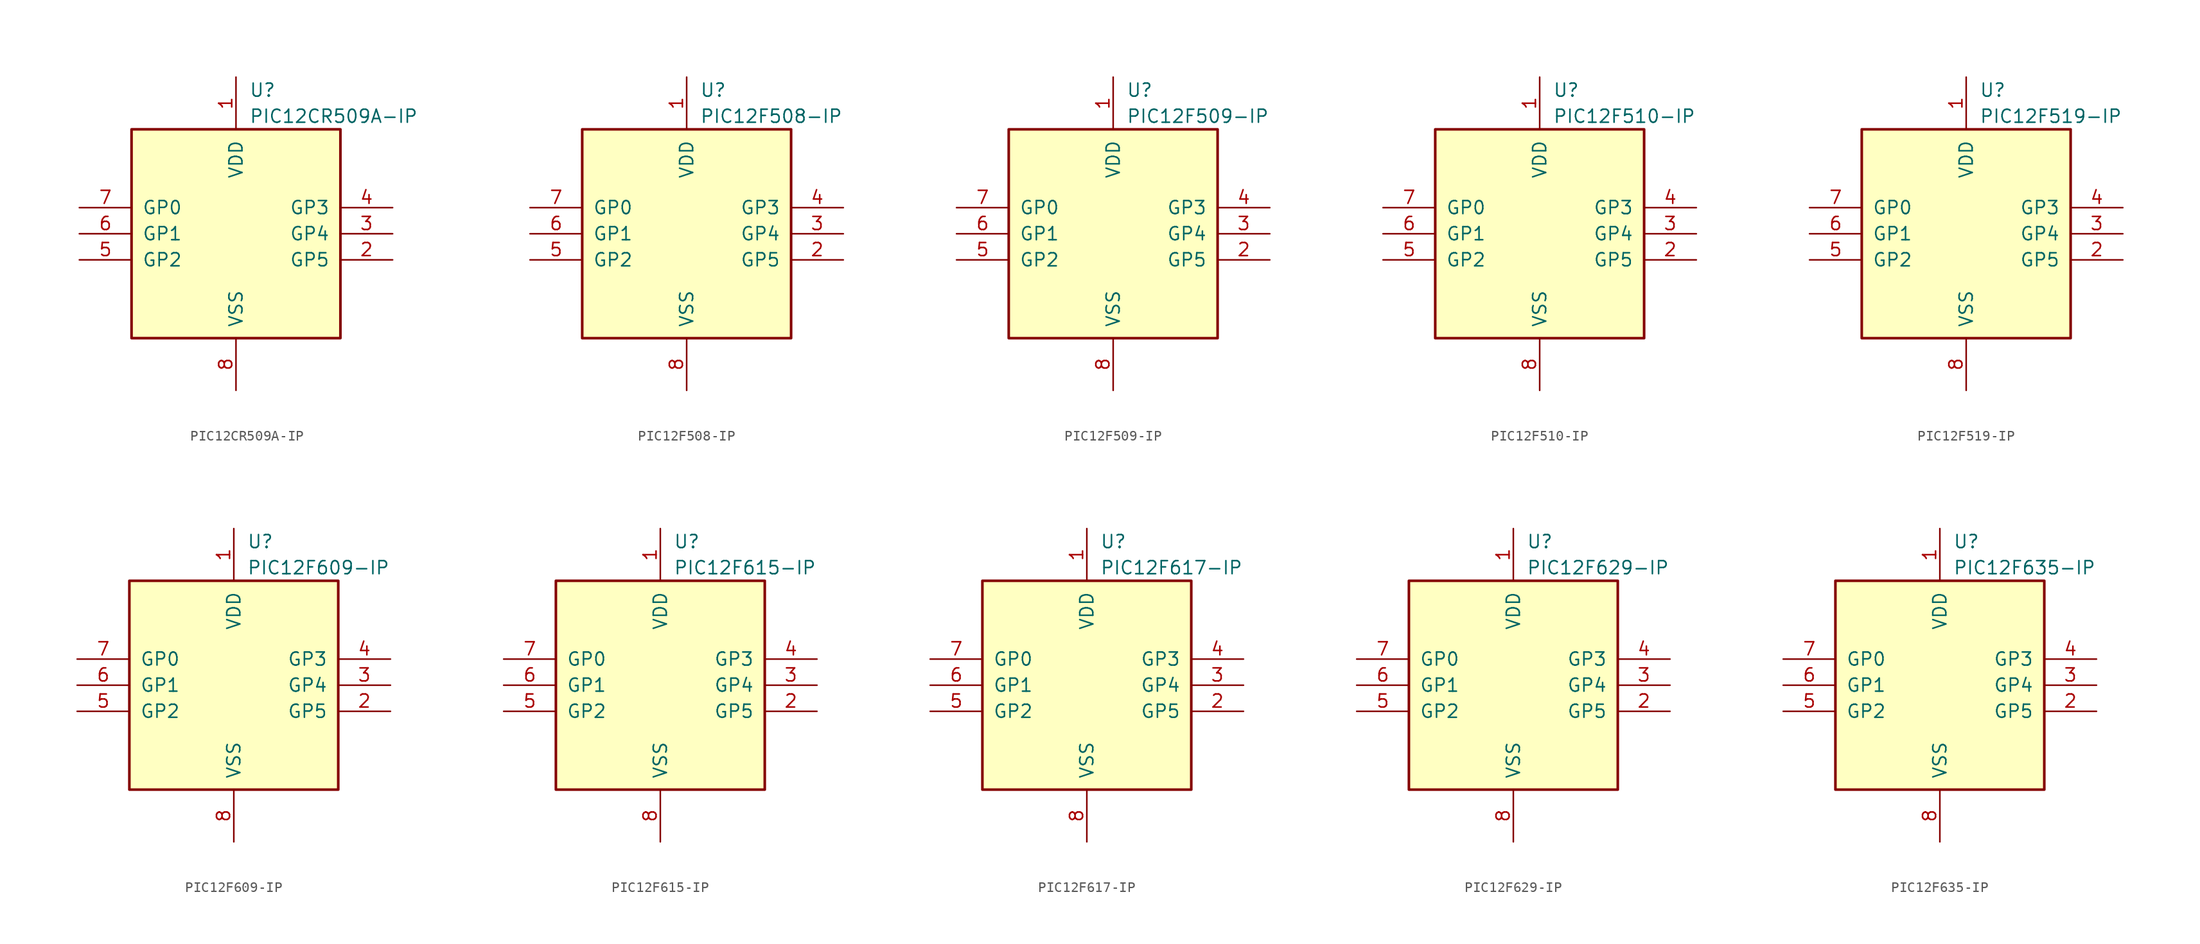
<source format=kicad_sym>
(kicad_symbol_lib
  (version 20211014)
  (generator kicad_symbol_editor)
  (symbol "PIC12CR509A-IP"
    (pin_names
      (offset 1.016))
    (property "Reference" "U"
      (at 1.27 13.97 0)
      (effects (font (size 1.27 1.27)) (justify left)))
    (property "Value" "PIC12CR509A-IP"
      (at 1.27 11.43 0)
      (effects (font (size 1.27 1.27)) (justify left)))
    (symbol "PIC12CR509A-IP_0_1"
      (rectangle (start 10.16 -10.16) (end -10.16 10.16) (stroke (width 0.254) (type default) (color 0 0 0 0)) (fill (type background))))
    (symbol "PIC12CR509A-IP_1_1"
      (pin power_in line (at 0 15.24 270) (length 5.08) (name "VDD" (effects (font (size 1.27 1.27)))) (number "1" (effects (font (size 1.27 1.27)))))
      (pin bidirectional line (at 15.24 -2.54 180) (length 5.08) (name "GP5" (effects (font (size 1.27 1.27)))) (number "2" (effects (font (size 1.27 1.27)))))
      (pin bidirectional line (at 15.24 0 180) (length 5.08) (name "GP4" (effects (font (size 1.27 1.27)))) (number "3" (effects (font (size 1.27 1.27)))))
      (pin input line (at 15.24 2.54 180) (length 5.08) (name "GP3" (effects (font (size 1.27 1.27)))) (number "4" (effects (font (size 1.27 1.27)))))
      (pin bidirectional line (at -15.24 -2.54 0) (length 5.08) (name "GP2" (effects (font (size 1.27 1.27)))) (number "5" (effects (font (size 1.27 1.27)))))
      (pin bidirectional line (at -15.24 0 0) (length 5.08) (name "GP1" (effects (font (size 1.27 1.27)))) (number "6" (effects (font (size 1.27 1.27)))))
      (pin bidirectional line (at -15.24 2.54 0) (length 5.08) (name "GP0" (effects (font (size 1.27 1.27)))) (number "7" (effects (font (size 1.27 1.27)))))
      (pin power_in line (at 0 -15.24 90) (length 5.08) (name "VSS" (effects (font (size 1.27 1.27)))) (number "8" (effects (font (size 1.27 1.27)))))))
  (symbol "PIC12F508-IP"
    (pin_names
      (offset 1.016))
    (property "Reference" "U"
      (at 1.27 13.97 0)
      (effects (font (size 1.27 1.27)) (justify left)))
    (property "Value" "PIC12F508-IP"
      (at 1.27 11.43 0)
      (effects (font (size 1.27 1.27)) (justify left)))
    (symbol "PIC12F508-IP_0_1"
      (rectangle (start 10.16 -10.16) (end -10.16 10.16) (stroke (width 0.254) (type default) (color 0 0 0 0)) (fill (type background))))
    (symbol "PIC12F508-IP_1_1"
      (pin power_in line (at 0 15.24 270) (length 5.08) (name "VDD" (effects (font (size 1.27 1.27)))) (number "1" (effects (font (size 1.27 1.27)))))
      (pin bidirectional line (at 15.24 -2.54 180) (length 5.08) (name "GP5" (effects (font (size 1.27 1.27)))) (number "2" (effects (font (size 1.27 1.27)))))
      (pin bidirectional line (at 15.24 0 180) (length 5.08) (name "GP4" (effects (font (size 1.27 1.27)))) (number "3" (effects (font (size 1.27 1.27)))))
      (pin input line (at 15.24 2.54 180) (length 5.08) (name "GP3" (effects (font (size 1.27 1.27)))) (number "4" (effects (font (size 1.27 1.27)))))
      (pin bidirectional line (at -15.24 -2.54 0) (length 5.08) (name "GP2" (effects (font (size 1.27 1.27)))) (number "5" (effects (font (size 1.27 1.27)))))
      (pin bidirectional line (at -15.24 0 0) (length 5.08) (name "GP1" (effects (font (size 1.27 1.27)))) (number "6" (effects (font (size 1.27 1.27)))))
      (pin bidirectional line (at -15.24 2.54 0) (length 5.08) (name "GP0" (effects (font (size 1.27 1.27)))) (number "7" (effects (font (size 1.27 1.27)))))
      (pin power_in line (at 0 -15.24 90) (length 5.08) (name "VSS" (effects (font (size 1.27 1.27)))) (number "8" (effects (font (size 1.27 1.27)))))))
  (symbol "PIC12F509-IP"
    (pin_names
      (offset 1.016))
    (property "Reference" "U"
      (at 1.27 13.97 0)
      (effects (font (size 1.27 1.27)) (justify left)))
    (property "Value" "PIC12F509-IP"
      (at 1.27 11.43 0)
      (effects (font (size 1.27 1.27)) (justify left)))
    (symbol "PIC12F509-IP_0_1"
      (rectangle (start 10.16 -10.16) (end -10.16 10.16) (stroke (width 0.254) (type default) (color 0 0 0 0)) (fill (type background))))
    (symbol "PIC12F509-IP_1_1"
      (pin power_in line (at 0 15.24 270) (length 5.08) (name "VDD" (effects (font (size 1.27 1.27)))) (number "1" (effects (font (size 1.27 1.27)))))
      (pin bidirectional line (at 15.24 -2.54 180) (length 5.08) (name "GP5" (effects (font (size 1.27 1.27)))) (number "2" (effects (font (size 1.27 1.27)))))
      (pin bidirectional line (at 15.24 0 180) (length 5.08) (name "GP4" (effects (font (size 1.27 1.27)))) (number "3" (effects (font (size 1.27 1.27)))))
      (pin input line (at 15.24 2.54 180) (length 5.08) (name "GP3" (effects (font (size 1.27 1.27)))) (number "4" (effects (font (size 1.27 1.27)))))
      (pin bidirectional line (at -15.24 -2.54 0) (length 5.08) (name "GP2" (effects (font (size 1.27 1.27)))) (number "5" (effects (font (size 1.27 1.27)))))
      (pin bidirectional line (at -15.24 0 0) (length 5.08) (name "GP1" (effects (font (size 1.27 1.27)))) (number "6" (effects (font (size 1.27 1.27)))))
      (pin bidirectional line (at -15.24 2.54 0) (length 5.08) (name "GP0" (effects (font (size 1.27 1.27)))) (number "7" (effects (font (size 1.27 1.27)))))
      (pin power_in line (at 0 -15.24 90) (length 5.08) (name "VSS" (effects (font (size 1.27 1.27)))) (number "8" (effects (font (size 1.27 1.27)))))))
  (symbol "PIC12F510-IP"
    (pin_names
      (offset 1.016))
    (property "Reference" "U"
      (at 1.27 13.97 0)
      (effects (font (size 1.27 1.27)) (justify left)))
    (property "Value" "PIC12F510-IP"
      (at 1.27 11.43 0)
      (effects (font (size 1.27 1.27)) (justify left)))
    (symbol "PIC12F510-IP_0_1"
      (rectangle (start 10.16 -10.16) (end -10.16 10.16) (stroke (width 0.254) (type default) (color 0 0 0 0)) (fill (type background))))
    (symbol "PIC12F510-IP_1_1"
      (pin power_in line (at 0 15.24 270) (length 5.08) (name "VDD" (effects (font (size 1.27 1.27)))) (number "1" (effects (font (size 1.27 1.27)))))
      (pin bidirectional line (at 15.24 -2.54 180) (length 5.08) (name "GP5" (effects (font (size 1.27 1.27)))) (number "2" (effects (font (size 1.27 1.27)))))
      (pin bidirectional line (at 15.24 0 180) (length 5.08) (name "GP4" (effects (font (size 1.27 1.27)))) (number "3" (effects (font (size 1.27 1.27)))))
      (pin input line (at 15.24 2.54 180) (length 5.08) (name "GP3" (effects (font (size 1.27 1.27)))) (number "4" (effects (font (size 1.27 1.27)))))
      (pin bidirectional line (at -15.24 -2.54 0) (length 5.08) (name "GP2" (effects (font (size 1.27 1.27)))) (number "5" (effects (font (size 1.27 1.27)))))
      (pin bidirectional line (at -15.24 0 0) (length 5.08) (name "GP1" (effects (font (size 1.27 1.27)))) (number "6" (effects (font (size 1.27 1.27)))))
      (pin bidirectional line (at -15.24 2.54 0) (length 5.08) (name "GP0" (effects (font (size 1.27 1.27)))) (number "7" (effects (font (size 1.27 1.27)))))
      (pin power_in line (at 0 -15.24 90) (length 5.08) (name "VSS" (effects (font (size 1.27 1.27)))) (number "8" (effects (font (size 1.27 1.27)))))))
  (symbol "PIC12F519-IP"
    (pin_names
      (offset 1.016))
    (property "Reference" "U"
      (at 1.27 13.97 0)
      (effects (font (size 1.27 1.27)) (justify left)))
    (property "Value" "PIC12F519-IP"
      (at 1.27 11.43 0)
      (effects (font (size 1.27 1.27)) (justify left)))
    (symbol "PIC12F519-IP_0_1"
      (rectangle (start 10.16 -10.16) (end -10.16 10.16) (stroke (width 0.254) (type default) (color 0 0 0 0)) (fill (type background))))
    (symbol "PIC12F519-IP_1_1"
      (pin power_in line (at 0 15.24 270) (length 5.08) (name "VDD" (effects (font (size 1.27 1.27)))) (number "1" (effects (font (size 1.27 1.27)))))
      (pin bidirectional line (at 15.24 -2.54 180) (length 5.08) (name "GP5" (effects (font (size 1.27 1.27)))) (number "2" (effects (font (size 1.27 1.27)))))
      (pin bidirectional line (at 15.24 0 180) (length 5.08) (name "GP4" (effects (font (size 1.27 1.27)))) (number "3" (effects (font (size 1.27 1.27)))))
      (pin input line (at 15.24 2.54 180) (length 5.08) (name "GP3" (effects (font (size 1.27 1.27)))) (number "4" (effects (font (size 1.27 1.27)))))
      (pin bidirectional line (at -15.24 -2.54 0) (length 5.08) (name "GP2" (effects (font (size 1.27 1.27)))) (number "5" (effects (font (size 1.27 1.27)))))
      (pin bidirectional line (at -15.24 0 0) (length 5.08) (name "GP1" (effects (font (size 1.27 1.27)))) (number "6" (effects (font (size 1.27 1.27)))))
      (pin bidirectional line (at -15.24 2.54 0) (length 5.08) (name "GP0" (effects (font (size 1.27 1.27)))) (number "7" (effects (font (size 1.27 1.27)))))
      (pin power_in line (at 0 -15.24 90) (length 5.08) (name "VSS" (effects (font (size 1.27 1.27)))) (number "8" (effects (font (size 1.27 1.27)))))))
  (symbol "PIC12F609-IP"
    (pin_names
      (offset 1.016))
    (property "Reference" "U"
      (at 1.27 13.97 0)
      (effects (font (size 1.27 1.27)) (justify left)))
    (property "Value" "PIC12F609-IP"
      (at 1.27 11.43 0)
      (effects (font (size 1.27 1.27)) (justify left)))
    (symbol "PIC12F609-IP_0_1"
      (rectangle (start 10.16 -10.16) (end -10.16 10.16) (stroke (width 0.254) (type default) (color 0 0 0 0)) (fill (type background))))
    (symbol "PIC12F609-IP_1_1"
      (pin power_in line (at 0 15.24 270) (length 5.08) (name "VDD" (effects (font (size 1.27 1.27)))) (number "1" (effects (font (size 1.27 1.27)))))
      (pin bidirectional line (at 15.24 -2.54 180) (length 5.08) (name "GP5" (effects (font (size 1.27 1.27)))) (number "2" (effects (font (size 1.27 1.27)))))
      (pin bidirectional line (at 15.24 0 180) (length 5.08) (name "GP4" (effects (font (size 1.27 1.27)))) (number "3" (effects (font (size 1.27 1.27)))))
      (pin input line (at 15.24 2.54 180) (length 5.08) (name "GP3" (effects (font (size 1.27 1.27)))) (number "4" (effects (font (size 1.27 1.27)))))
      (pin bidirectional line (at -15.24 -2.54 0) (length 5.08) (name "GP2" (effects (font (size 1.27 1.27)))) (number "5" (effects (font (size 1.27 1.27)))))
      (pin bidirectional line (at -15.24 0 0) (length 5.08) (name "GP1" (effects (font (size 1.27 1.27)))) (number "6" (effects (font (size 1.27 1.27)))))
      (pin bidirectional line (at -15.24 2.54 0) (length 5.08) (name "GP0" (effects (font (size 1.27 1.27)))) (number "7" (effects (font (size 1.27 1.27)))))
      (pin power_in line (at 0 -15.24 90) (length 5.08) (name "VSS" (effects (font (size 1.27 1.27)))) (number "8" (effects (font (size 1.27 1.27)))))))
  (symbol "PIC12F615-IP"
    (pin_names
      (offset 1.016))
    (property "Reference" "U"
      (at 1.27 13.97 0)
      (effects (font (size 1.27 1.27)) (justify left)))
    (property "Value" "PIC12F615-IP"
      (at 1.27 11.43 0)
      (effects (font (size 1.27 1.27)) (justify left)))
    (symbol "PIC12F615-IP_0_1"
      (rectangle (start 10.16 -10.16) (end -10.16 10.16) (stroke (width 0.254) (type default) (color 0 0 0 0)) (fill (type background))))
    (symbol "PIC12F615-IP_1_1"
      (pin power_in line (at 0 15.24 270) (length 5.08) (name "VDD" (effects (font (size 1.27 1.27)))) (number "1" (effects (font (size 1.27 1.27)))))
      (pin bidirectional line (at 15.24 -2.54 180) (length 5.08) (name "GP5" (effects (font (size 1.27 1.27)))) (number "2" (effects (font (size 1.27 1.27)))))
      (pin bidirectional line (at 15.24 0 180) (length 5.08) (name "GP4" (effects (font (size 1.27 1.27)))) (number "3" (effects (font (size 1.27 1.27)))))
      (pin input line (at 15.24 2.54 180) (length 5.08) (name "GP3" (effects (font (size 1.27 1.27)))) (number "4" (effects (font (size 1.27 1.27)))))
      (pin bidirectional line (at -15.24 -2.54 0) (length 5.08) (name "GP2" (effects (font (size 1.27 1.27)))) (number "5" (effects (font (size 1.27 1.27)))))
      (pin bidirectional line (at -15.24 0 0) (length 5.08) (name "GP1" (effects (font (size 1.27 1.27)))) (number "6" (effects (font (size 1.27 1.27)))))
      (pin bidirectional line (at -15.24 2.54 0) (length 5.08) (name "GP0" (effects (font (size 1.27 1.27)))) (number "7" (effects (font (size 1.27 1.27)))))
      (pin power_in line (at 0 -15.24 90) (length 5.08) (name "VSS" (effects (font (size 1.27 1.27)))) (number "8" (effects (font (size 1.27 1.27)))))))
  (symbol "PIC12F617-IP"
    (pin_names
      (offset 1.016))
    (property "Reference" "U"
      (at 1.27 13.97 0)
      (effects (font (size 1.27 1.27)) (justify left)))
    (property "Value" "PIC12F617-IP"
      (at 1.27 11.43 0)
      (effects (font (size 1.27 1.27)) (justify left)))
    (symbol "PIC12F617-IP_0_1"
      (rectangle (start 10.16 -10.16) (end -10.16 10.16) (stroke (width 0.254) (type default) (color 0 0 0 0)) (fill (type background))))
    (symbol "PIC12F617-IP_1_1"
      (pin power_in line (at 0 15.24 270) (length 5.08) (name "VDD" (effects (font (size 1.27 1.27)))) (number "1" (effects (font (size 1.27 1.27)))))
      (pin bidirectional line (at 15.24 -2.54 180) (length 5.08) (name "GP5" (effects (font (size 1.27 1.27)))) (number "2" (effects (font (size 1.27 1.27)))))
      (pin bidirectional line (at 15.24 0 180) (length 5.08) (name "GP4" (effects (font (size 1.27 1.27)))) (number "3" (effects (font (size 1.27 1.27)))))
      (pin input line (at 15.24 2.54 180) (length 5.08) (name "GP3" (effects (font (size 1.27 1.27)))) (number "4" (effects (font (size 1.27 1.27)))))
      (pin bidirectional line (at -15.24 -2.54 0) (length 5.08) (name "GP2" (effects (font (size 1.27 1.27)))) (number "5" (effects (font (size 1.27 1.27)))))
      (pin bidirectional line (at -15.24 0 0) (length 5.08) (name "GP1" (effects (font (size 1.27 1.27)))) (number "6" (effects (font (size 1.27 1.27)))))
      (pin bidirectional line (at -15.24 2.54 0) (length 5.08) (name "GP0" (effects (font (size 1.27 1.27)))) (number "7" (effects (font (size 1.27 1.27)))))
      (pin power_in line (at 0 -15.24 90) (length 5.08) (name "VSS" (effects (font (size 1.27 1.27)))) (number "8" (effects (font (size 1.27 1.27)))))))
  (symbol "PIC12F629-IP"
    (pin_names
      (offset 1.016))
    (property "Reference" "U"
      (at 1.27 13.97 0)
      (effects (font (size 1.27 1.27)) (justify left)))
    (property "Value" "PIC12F629-IP"
      (at 1.27 11.43 0)
      (effects (font (size 1.27 1.27)) (justify left)))
    (symbol "PIC12F629-IP_0_1"
      (rectangle (start 10.16 -10.16) (end -10.16 10.16) (stroke (width 0.254) (type default) (color 0 0 0 0)) (fill (type background))))
    (symbol "PIC12F629-IP_1_1"
      (pin power_in line (at 0 15.24 270) (length 5.08) (name "VDD" (effects (font (size 1.27 1.27)))) (number "1" (effects (font (size 1.27 1.27)))))
      (pin bidirectional line (at 15.24 -2.54 180) (length 5.08) (name "GP5" (effects (font (size 1.27 1.27)))) (number "2" (effects (font (size 1.27 1.27)))))
      (pin bidirectional line (at 15.24 0 180) (length 5.08) (name "GP4" (effects (font (size 1.27 1.27)))) (number "3" (effects (font (size 1.27 1.27)))))
      (pin input line (at 15.24 2.54 180) (length 5.08) (name "GP3" (effects (font (size 1.27 1.27)))) (number "4" (effects (font (size 1.27 1.27)))))
      (pin bidirectional line (at -15.24 -2.54 0) (length 5.08) (name "GP2" (effects (font (size 1.27 1.27)))) (number "5" (effects (font (size 1.27 1.27)))))
      (pin bidirectional line (at -15.24 0 0) (length 5.08) (name "GP1" (effects (font (size 1.27 1.27)))) (number "6" (effects (font (size 1.27 1.27)))))
      (pin bidirectional line (at -15.24 2.54 0) (length 5.08) (name "GP0" (effects (font (size 1.27 1.27)))) (number "7" (effects (font (size 1.27 1.27)))))
      (pin power_in line (at 0 -15.24 90) (length 5.08) (name "VSS" (effects (font (size 1.27 1.27)))) (number "8" (effects (font (size 1.27 1.27)))))))
  (symbol "PIC12F635-IP"
    (pin_names
      (offset 1.016))
    (property "Reference" "U"
      (at 1.27 13.97 0)
      (effects (font (size 1.27 1.27)) (justify left)))
    (property "Value" "PIC12F635-IP"
      (at 1.27 11.43 0)
      (effects (font (size 1.27 1.27)) (justify left)))
    (symbol "PIC12F635-IP_0_1"
      (rectangle (start 10.16 -10.16) (end -10.16 10.16) (stroke (width 0.254) (type default) (color 0 0 0 0)) (fill (type background))))
    (symbol "PIC12F635-IP_1_1"
      (pin power_in line (at 0 15.24 270) (length 5.08) (name "VDD" (effects (font (size 1.27 1.27)))) (number "1" (effects (font (size 1.27 1.27)))))
      (pin bidirectional line (at 15.24 -2.54 180) (length 5.08) (name "GP5" (effects (font (size 1.27 1.27)))) (number "2" (effects (font (size 1.27 1.27)))))
      (pin bidirectional line (at 15.24 0 180) (length 5.08) (name "GP4" (effects (font (size 1.27 1.27)))) (number "3" (effects (font (size 1.27 1.27)))))
      (pin input line (at 15.24 2.54 180) (length 5.08) (name "GP3" (effects (font (size 1.27 1.27)))) (number "4" (effects (font (size 1.27 1.27)))))
      (pin bidirectional line (at -15.24 -2.54 0) (length 5.08) (name "GP2" (effects (font (size 1.27 1.27)))) (number "5" (effects (font (size 1.27 1.27)))))
      (pin bidirectional line (at -15.24 0 0) (length 5.08) (name "GP1" (effects (font (size 1.27 1.27)))) (number "6" (effects (font (size 1.27 1.27)))))
      (pin bidirectional line (at -15.24 2.54 0) (length 5.08) (name "GP0" (effects (font (size 1.27 1.27)))) (number "7" (effects (font (size 1.27 1.27)))))
      (pin power_in line (at 0 -15.24 90) (length 5.08) (name "VSS" (effects (font (size 1.27 1.27)))) (number "8" (effects (font (size 1.27 1.27))))))))
</source>
